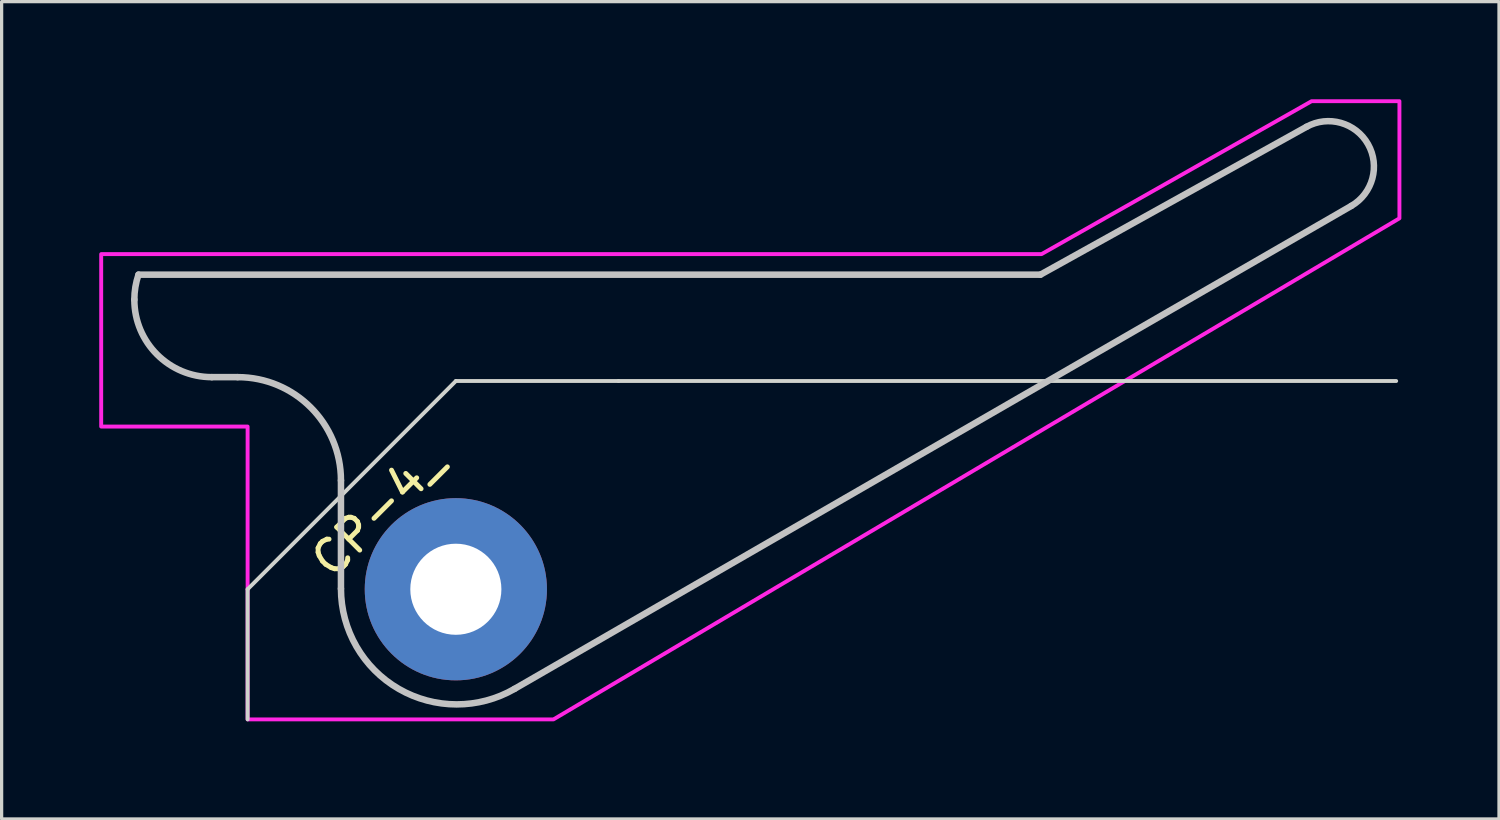
<source format=kicad_pcb>
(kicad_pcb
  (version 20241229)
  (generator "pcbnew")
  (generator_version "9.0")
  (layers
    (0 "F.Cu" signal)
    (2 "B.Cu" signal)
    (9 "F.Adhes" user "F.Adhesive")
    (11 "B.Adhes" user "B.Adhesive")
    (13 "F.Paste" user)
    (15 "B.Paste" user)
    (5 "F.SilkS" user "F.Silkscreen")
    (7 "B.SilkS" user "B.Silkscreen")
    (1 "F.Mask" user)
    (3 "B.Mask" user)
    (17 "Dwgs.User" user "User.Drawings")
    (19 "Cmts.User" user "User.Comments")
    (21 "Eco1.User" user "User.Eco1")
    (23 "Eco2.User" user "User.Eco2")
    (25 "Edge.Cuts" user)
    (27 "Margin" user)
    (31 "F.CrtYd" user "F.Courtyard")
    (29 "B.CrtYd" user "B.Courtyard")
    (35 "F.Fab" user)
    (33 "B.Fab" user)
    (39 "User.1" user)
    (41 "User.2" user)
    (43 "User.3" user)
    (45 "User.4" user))
  (footprint "CP-4_"
    (layer "F.Cu")
    (at 10.96 15.06)
    (property "Reference" "CP-4_" (at -2.4 -2.4 45) (unlocked yes) (layer "F.SilkS") (effects (font (size 1 1) (thickness 0.15))))
    (attr exclude_from_pos_files)
    (fp_line (start -7.5 -6.519) (end -6.706 -6.519) (stroke (width 0.2) (type solid)) (layer "Dwgs.User"))
    (fp_line (start -3.531 -3.344) (end -3.531 -0.017) (stroke (width 0.2) (type solid)) (layer "Dwgs.User"))
    (fp_line (start 1.803 3.062) (end 27.52 -11.781) (stroke (width 0.2) (type solid)) (layer "Dwgs.User"))
    (fp_line (start 17.968 -9.669) (end -9.753 -9.669) (stroke (width 0.2) (type solid)) (layer "Dwgs.User"))
    (fp_line (start 26.143 -14.212) (end 17.968 -9.669) (stroke (width 0.2) (type solid)) (layer "Dwgs.User"))
    (fp_arc (start -9.88125 -8.9) (mid -9.849125 -9.289822) (end -9.753619 -9.669126) (stroke (width 0.2) (type solid)) (layer "Dwgs.User"))
    (fp_arc (start -7.5 -6.51875) (mid -9.183798 -7.216202) (end -9.88125 -8.9) (stroke (width 0.2) (type solid)) (layer "Dwgs.User"))
    (fp_arc (start -6.706 -6.519) (mid -4.460936 -5.589064) (end -3.531 -3.344) (stroke (width 0.2) (type solid)) (layer "Dwgs.User"))
    (fp_arc (start -1.1561 -0.017) (mid 0.025 -1.1981) (end 1.2061 -0.017) (stroke (width 0.2) (type solid)) (layer "Dwgs.User"))
    (fp_arc (start 1.2061 -0.017) (mid 0.025 1.1641) (end -1.1561 -0.017) (stroke (width 0.2) (type solid)) (layer "Dwgs.User"))
    (fp_arc (start 1.802581 3.062828) (mid -1.753209 3.062465) (end -3.531 -0.017) (stroke (width 0.2) (type solid)) (layer "Dwgs.User"))
    (fp_arc (start 26.143442 -14.212134) (mid 28.037574 -13.679469) (end 27.520335 -11.781067) (stroke (width 0.2) (type solid)) (layer "Dwgs.User"))
    (fp_line (start -6.4 0) (end -6.4 4) (stroke (width 0.12) (type default)) (layer "Edge.Cuts"))
    (fp_line (start 0 -6.4) (end -6.4 0) (stroke (width 0.12) (type default)) (layer "Edge.Cuts"))
    (fp_line (start 0 -6.4) (end 5 -6.4) (stroke (width 0.12) (type default)) (layer "Edge.Cuts"))
    (fp_line (start 5 -6.4) (end 28.9 -6.4) (stroke (width 0.12) (type default)) (layer "Edge.Cuts"))
    (fp_poly (pts (xy -6.4 4) (xy 3 4) (xy 29 -11.4) (xy 29 -15) (xy 26.3 -15) (xy 18 -10.3) (xy -10.9 -10.3) (xy -10.9 -5) (xy -6.4 -5)) (stroke (width 0.12) (type solid)) (fill no) (layer "F.CrtYd"))
    (pad "1" thru_hole circle (at 0 0) (size 5.6 5.6) (drill 2.8) (layers "*.Cu" "*.Mask")))
  (gr_rect
    (start -3 -3)
    (end 43.02 22.12)
    (stroke (width 0.1) (type default))
    (fill no)
    (layer "Edge.Cuts")))
</source>
